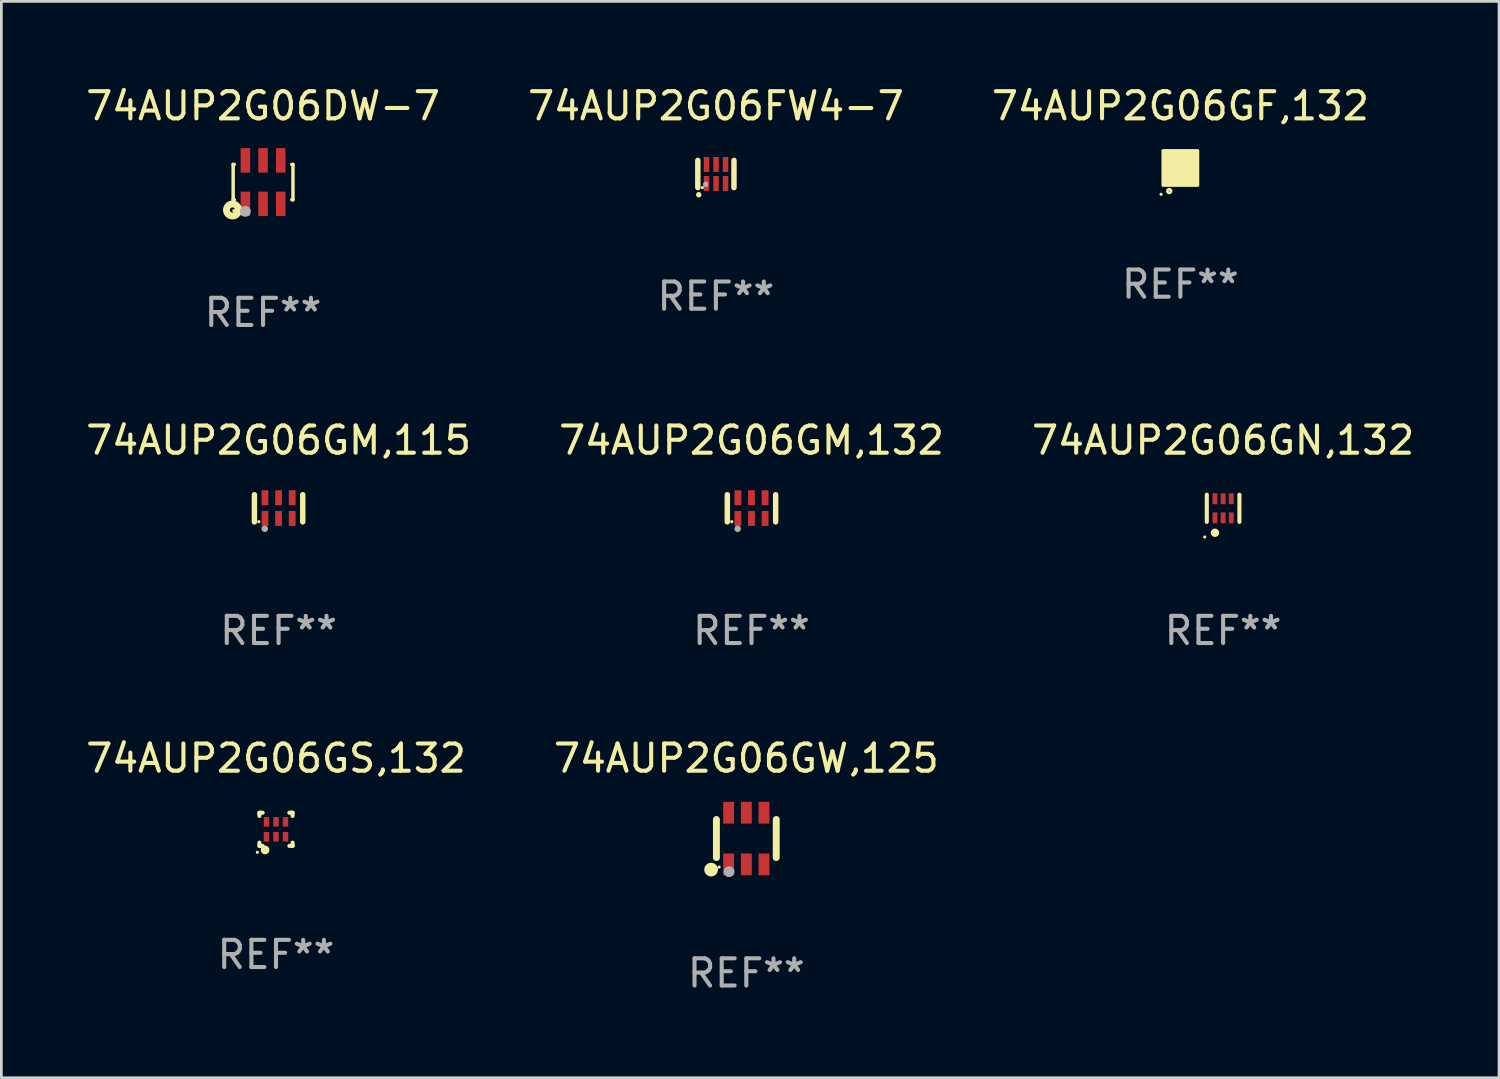
<source format=kicad_pcb>
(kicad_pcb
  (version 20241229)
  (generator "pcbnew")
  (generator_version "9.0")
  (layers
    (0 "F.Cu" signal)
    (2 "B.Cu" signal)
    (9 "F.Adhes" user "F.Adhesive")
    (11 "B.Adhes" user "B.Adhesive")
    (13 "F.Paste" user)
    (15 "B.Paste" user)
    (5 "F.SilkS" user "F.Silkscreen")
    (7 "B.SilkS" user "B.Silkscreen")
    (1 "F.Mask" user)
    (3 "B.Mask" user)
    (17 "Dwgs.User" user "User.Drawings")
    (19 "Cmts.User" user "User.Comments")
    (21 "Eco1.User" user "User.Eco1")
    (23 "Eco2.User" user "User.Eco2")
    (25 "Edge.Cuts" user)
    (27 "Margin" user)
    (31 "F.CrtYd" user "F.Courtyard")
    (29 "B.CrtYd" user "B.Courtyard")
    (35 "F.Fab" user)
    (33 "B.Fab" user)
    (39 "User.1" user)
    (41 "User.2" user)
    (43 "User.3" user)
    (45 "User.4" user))
  (footprint "74AUP2G06FW4-7"
    (layer "F.Cu")
    (at 23.28 3.349)
    (property "Reference" "74AUP2G06FW4-7" (at 0 -2.5 0) (layer "F.SilkS") (effects (font (size 1 1) (thickness 0.15))))
    (attr through_hole)
    (fp_line (start -0.665 0.5) (end -0.665 -0.5) (stroke (width 0.2) (type solid)) (layer "F.SilkS"))
    (fp_line (start 0.665 0.5) (end 0.665 -0.5) (stroke (width 0.2) (type solid)) (layer "F.SilkS"))
    (fp_circle (center -0.63 0.762) (end -0.58 0.762) (stroke (width 0.1) (type solid)) (fill no) (layer "F.SilkS"))
    (fp_circle (center -0.495 0.5) (end -0.465 0.5) (stroke (width 0.06) (type solid)) (fill no) (layer "F.SilkS"))
    (fp_circle (center -0.376 0.381) (end -0.326 0.381) (stroke (width 0.1) (type solid)) (fill no) (layer "F.Fab"))
    (fp_text user "REF**" (at 0 4.5 0) (layer "F.Fab") (effects (font (size 1 1) (thickness 0.15))))
    (pad "1" smd rect (at -0.345 0.35 180) (size 0.2 0.55) (layers "F.Cu" "F.Mask" "F.Paste"))
    (pad "2" smd rect (at 0.005 0.35 180) (size 0.2 0.55) (layers "F.Cu" "F.Mask" "F.Paste"))
    (pad "3" smd rect (at 0.355 0.35 180) (size 0.2 0.55) (layers "F.Cu" "F.Mask" "F.Paste"))
    (pad "4" smd rect (at 0.355 -0.35 180) (size 0.2 0.55) (layers "F.Cu" "F.Mask" "F.Paste"))
    (pad "5" smd rect (at 0.005 -0.35 180) (size 0.2 0.55) (layers "F.Cu" "F.Mask" "F.Paste"))
    (pad "6" smd rect (at -0.345 -0.35 180) (size 0.2 0.55) (layers "F.Cu" "F.Mask" "F.Paste")))
  (footprint "74AUP2G06GN,132"
    (layer "F.Cu")
    (at 41.935 15.645)
    (property "Reference" "74AUP2G06GN,132" (at 0 -2.5 0) (layer "F.SilkS") (effects (font (size 1 1) (thickness 0.15))))
    (attr through_hole)
    (fp_line (start -0.6 -0.5) (end -0.6 0.5) (stroke (width 0.15) (type solid)) (layer "F.SilkS"))
    (fp_line (start 0.6 0.5) (end 0.6 -0.5) (stroke (width 0.15) (type solid)) (layer "F.SilkS"))
    (fp_circle (center -0.675 1.055) (end -0.645 1.055) (stroke (width 0.06) (type solid)) (fill no) (layer "F.SilkS"))
    (fp_circle (center -0.3 0.9) (end -0.22 0.9) (stroke (width 0.15) (type solid)) (fill no) (layer "F.SilkS"))
    (fp_text user "REF**" (at 0 4.5 0) (layer "F.Fab") (effects (font (size 1 1) (thickness 0.15))))
    (pad "1" smd rect (at -0.3 0.35) (size 0.18 0.4) (layers "F.Cu" "F.Mask" "F.Paste"))
    (pad "2" smd rect (at 0.000025 0.35) (size 0.18 0.4) (layers "F.Cu" "F.Mask" "F.Paste"))
    (pad "3" smd rect (at 0.3 0.35) (size 0.18 0.4) (layers "F.Cu" "F.Mask" "F.Paste"))
    (pad "4" smd rect (at 0.3 -0.35) (size 0.18 0.4) (layers "F.Cu" "F.Mask" "F.Paste"))
    (pad "5" smd rect (at 0.000025 -0.35) (size 0.18 0.4) (layers "F.Cu" "F.Mask" "F.Paste"))
    (pad "6" smd rect (at -0.3 -0.35) (size 0.18 0.4) (layers "F.Cu" "F.Mask" "F.Paste")))
  (footprint "74AUP2G06GW,125"
    (layer "F.Cu")
    (at 24.399 27.791)
    (property "Reference" "74AUP2G06GW,125" (at 0 -2.95 0) (layer "F.SilkS") (effects (font (size 1 1) (thickness 0.15))))
    (attr through_hole)
    (fp_line (start -1.1 -0.7) (end -1.1 0.7) (stroke (width 0.254) (type solid)) (layer "F.SilkS"))
    (fp_line (start 1.1 -0.7) (end 1.1 0.7) (stroke (width 0.254) (type solid)) (layer "F.SilkS"))
    (fp_circle (center -1.295 1.143) (end -1.168 1.143) (stroke (width 0.254) (type solid)) (fill no) (layer "F.SilkS"))
    (fp_circle (center -1 1.05) (end -0.97 1.05) (stroke (width 0.06) (type solid)) (fill no) (layer "F.SilkS"))
    (fp_circle (center -0.635 1.219) (end -0.535 1.219) (stroke (width 0.2) (type solid)) (fill no) (layer "F.Fab"))
    (fp_text user "REF**" (at 0 4.95 0) (layer "F.Fab") (effects (font (size 1 1) (thickness 0.15))))
    (pad "1" smd rect (at -0.65 0.95) (size 0.4 0.8) (layers "F.Cu" "F.Mask" "F.Paste"))
    (pad "2" smd rect (at 0 0.95) (size 0.4 0.8) (layers "F.Cu" "F.Mask" "F.Paste"))
    (pad "3" smd rect (at 0.65 0.95) (size 0.4 0.8) (layers "F.Cu" "F.Mask" "F.Paste"))
    (pad "4" smd rect (at 0.65 -0.95) (size 0.4 0.8) (layers "F.Cu" "F.Mask" "F.Paste"))
    (pad "5" smd rect (at 0 -0.95) (size 0.4 0.8) (layers "F.Cu" "F.Mask" "F.Paste"))
    (pad "6" smd rect (at -0.65 -0.95) (size 0.4 0.8) (layers "F.Cu" "F.Mask" "F.Paste")))
  (footprint "74AUP2G06GF,132"
    (layer "F.Cu")
    (at 40.363 3.128)
    (property "Reference" "74AUP2G06GF,132" (at 0 -2.28 0) (layer "F.SilkS") (effects (font (size 1 1) (thickness 0.15))))
    (attr through_hole)
    (fp_circle (center -0.71 0.968) (end -0.68 0.968) (stroke (width 0.06) (type solid)) (fill no) (layer "F.SilkS"))
    (fp_circle (center -0.41 0.85) (end -0.342 0.85) (stroke (width 0.1) (type solid)) (fill no) (layer "F.SilkS"))
    (fp_poly (pts (xy -0.635 -0.635) (xy 0.635 -0.635) (xy 0.635 0.635) (xy -0.635 0.635)) (stroke (width 0.12) (type solid)) (fill yes) (layer "F.SilkS"))
    (fp_text user "REF**" (at 0 4.28 0) (layer "F.Fab") (effects (font (size 1 1) (thickness 0.15))))
    (pad "1" smd rect (at -0.35 0.28 90) (size 0.35 0.2) (layers "F.Cu" "F.Mask" "F.Paste"))
    (pad "2" smd rect (at 0 0.28 90) (size 0.35 0.2) (layers "F.Cu" "F.Mask" "F.Paste"))
    (pad "3" smd rect (at 0.35 0.28 90) (size 0.35 0.2) (layers "F.Cu" "F.Mask" "F.Paste"))
    (pad "4" smd rect (at 0.35 -0.28 90) (size 0.35 0.2) (layers "F.Cu" "F.Mask" "F.Paste"))
    (pad "5" smd rect (at 0 -0.28 90) (size 0.35 0.2) (layers "F.Cu" "F.Mask" "F.Paste"))
    (pad "6" smd rect (at -0.35 -0.28 90) (size 0.35 0.2) (layers "F.Cu" "F.Mask" "F.Paste")))
  (footprint "74AUP2G06GM,132"
    (layer "F.Cu")
    (at 24.589 15.645)
    (property "Reference" "74AUP2G06GM,132" (at 0 -2.5 0) (layer "F.SilkS") (effects (font (size 1 1) (thickness 0.15))))
    (attr through_hole)
    (fp_line (start -0.889 0.5) (end -0.889 -0.5) (stroke (width 0.2) (type solid)) (layer "F.SilkS"))
    (fp_line (start 0.889 0.5) (end 0.889 -0.5) (stroke (width 0.2) (type solid)) (layer "F.SilkS"))
    (fp_circle (center -0.725 0.492) (end -0.695 0.492) (stroke (width 0.06) (type solid)) (fill no) (layer "F.SilkS"))
    (fp_circle (center -0.508 0.754) (end -0.448 0.754) (stroke (width 0.12) (type solid)) (fill no) (layer "F.Fab"))
    (fp_text user "REF**" (at 0 4.5 0) (layer "F.Fab") (effects (font (size 1 1) (thickness 0.15))))
    (pad "1" smd rect (at -0.5 0.372) (size 0.25 0.55) (layers "F.Cu" "F.Mask" "F.Paste"))
    (pad "2" smd rect (at -0.000127 0.372) (size 0.25 0.55) (layers "F.Cu" "F.Mask" "F.Paste"))
    (pad "3" smd rect (at 0.5 0.372) (size 0.25 0.55) (layers "F.Cu" "F.Mask" "F.Paste"))
    (pad "4" smd rect (at 0.5 -0.388 180) (size 0.25 0.55) (layers "F.Cu" "F.Mask" "F.Paste"))
    (pad "5" smd rect (at -0.000127 -0.388 180) (size 0.25 0.55) (layers "F.Cu" "F.Mask" "F.Paste"))
    (pad "6" smd rect (at -0.5 -0.388 180) (size 0.25 0.55) (layers "F.Cu" "F.Mask" "F.Paste")))
  (footprint "74AUP2G06GM,115"
    (layer "F.Cu")
    (at 7.196 15.645)
    (property "Reference" "74AUP2G06GM,115" (at 0 -2.5 0) (layer "F.SilkS") (effects (font (size 1 1) (thickness 0.15))))
    (attr through_hole)
    (fp_line (start -0.889 0.5) (end -0.889 -0.5) (stroke (width 0.2) (type solid)) (layer "F.SilkS"))
    (fp_line (start 0.889 0.5) (end 0.889 -0.5) (stroke (width 0.2) (type solid)) (layer "F.SilkS"))
    (fp_circle (center -0.725 0.492) (end -0.695 0.492) (stroke (width 0.06) (type solid)) (fill no) (layer "F.SilkS"))
    (fp_circle (center -0.508 0.754) (end -0.448 0.754) (stroke (width 0.12) (type solid)) (fill no) (layer "F.Fab"))
    (fp_text user "REF**" (at 0 4.5 0) (layer "F.Fab") (effects (font (size 1 1) (thickness 0.15))))
    (pad "1" smd rect (at -0.5 0.372) (size 0.25 0.55) (layers "F.Cu" "F.Mask" "F.Paste"))
    (pad "2" smd rect (at -0.000127 0.372) (size 0.25 0.55) (layers "F.Cu" "F.Mask" "F.Paste"))
    (pad "3" smd rect (at 0.5 0.372) (size 0.25 0.55) (layers "F.Cu" "F.Mask" "F.Paste"))
    (pad "4" smd rect (at 0.5 -0.388 180) (size 0.25 0.55) (layers "F.Cu" "F.Mask" "F.Paste"))
    (pad "5" smd rect (at -0.000127 -0.388 180) (size 0.25 0.55) (layers "F.Cu" "F.Mask" "F.Paste"))
    (pad "6" smd rect (at -0.5 -0.388 180) (size 0.25 0.55) (layers "F.Cu" "F.Mask" "F.Paste")))
  (footprint "74AUP2G06GS,132"
    (layer "F.Cu")
    (at 7.101 27.451)
    (property "Reference" "74AUP2G06GS,132" (at 0 -2.61 0) (layer "F.SilkS") (effects (font (size 1 1) (thickness 0.15))))
    (attr through_hole)
    (fp_line (start -0.61 -0.61) (end -0.49 -0.61) (stroke (width 0.15) (type solid)) (layer "F.SilkS"))
    (fp_line (start -0.61 -0.58) (end -0.61 -0.61) (stroke (width 0.15) (type solid)) (layer "F.SilkS"))
    (fp_line (start -0.61 -0.49) (end -0.61 -0.58) (stroke (width 0.15) (type solid)) (layer "F.SilkS"))
    (fp_line (start -0.61 0.61) (end -0.61 0.491) (stroke (width 0.15) (type solid)) (layer "F.SilkS"))
    (fp_line (start -0.58 0.61) (end -0.61 0.61) (stroke (width 0.15) (type solid)) (layer "F.SilkS"))
    (fp_line (start -0.49 0.61) (end -0.58 0.61) (stroke (width 0.15) (type solid)) (layer "F.SilkS"))
    (fp_line (start 0.49 -0.61) (end 0.58 -0.61) (stroke (width 0.15) (type solid)) (layer "F.SilkS"))
    (fp_line (start 0.58 -0.61) (end 0.61 -0.61) (stroke (width 0.15) (type solid)) (layer "F.SilkS"))
    (fp_line (start 0.61 -0.61) (end 0.61 -0.49) (stroke (width 0.15) (type solid)) (layer "F.SilkS"))
    (fp_line (start 0.61 0.49) (end 0.61 0.58) (stroke (width 0.15) (type solid)) (layer "F.SilkS"))
    (fp_line (start 0.61 0.58) (end 0.61 0.61) (stroke (width 0.15) (type solid)) (layer "F.SilkS"))
    (fp_line (start 0.61 0.61) (end 0.491 0.61) (stroke (width 0.15) (type solid)) (layer "F.SilkS"))
    (fp_circle (center -0.685 0.845) (end -0.655 0.845) (stroke (width 0.06) (type solid)) (fill no) (layer "F.SilkS"))
    (fp_circle (center -0.4 0.76) (end -0.39 0.76) (stroke (width 0.15) (type solid)) (fill no) (layer "F.SilkS"))
    (fp_text user "REF**" (at 0 4.61 0) (layer "F.Fab") (effects (font (size 1 1) (thickness 0.15))))
    (pad "1" smd rect (at -0.35 0.275) (size 0.2 0.35) (layers "F.Cu" "F.Mask" "F.Paste"))
    (pad "2" smd rect (at -0.000038 0.275) (size 0.2 0.35) (layers "F.Cu" "F.Mask" "F.Paste"))
    (pad "3" smd rect (at 0.35 0.275) (size 0.2 0.35) (layers "F.Cu" "F.Mask" "F.Paste"))
    (pad "4" smd rect (at 0.35 -0.275) (size 0.2 0.35) (layers "F.Cu" "F.Mask" "F.Paste"))
    (pad "5" smd rect (at -0.000038 -0.275) (size 0.2 0.35) (layers "F.Cu" "F.Mask" "F.Paste"))
    (pad "6" smd rect (at -0.35 -0.275) (size 0.2 0.35) (layers "F.Cu" "F.Mask" "F.Paste")))
  (footprint "74AUP2G06DW-7"
    (layer "F.Cu")
    (at 6.625 3.648)
    (property "Reference" "74AUP2G06DW-7" (at 0 -2.8 0) (layer "F.SilkS") (effects (font (size 1 1) (thickness 0.15))))
    (attr through_hole)
    (fp_line (start -1.1 -0.65) (end -1.1 0.65) (stroke (width 0.127) (type solid)) (layer "F.SilkS"))
    (fp_line (start -1.1 -0.65) (end -1.056 -0.65) (stroke (width 0.127) (type solid)) (layer "F.SilkS"))
    (fp_line (start -1.1 0.65) (end -1.056 0.65) (stroke (width 0.127) (type solid)) (layer "F.SilkS"))
    (fp_line (start 1.056 -0.65) (end 1.1 -0.65) (stroke (width 0.127) (type solid)) (layer "F.SilkS"))
    (fp_line (start 1.056 0.65) (end 1.1 0.65) (stroke (width 0.127) (type solid)) (layer "F.SilkS"))
    (fp_line (start 1.1 -0.65) (end 1.1 0.65) (stroke (width 0.127) (type solid)) (layer "F.SilkS"))
    (fp_circle (center -1.125 1.025) (end -1.031 1.025) (stroke (width 0.254) (type solid)) (fill no) (layer "F.SilkS"))
    (fp_circle (center -1.075 1.05) (end -1.045 1.05) (stroke (width 0.06) (type solid)) (fill no) (layer "F.SilkS"))
    (fp_circle (center -0.65 1.075) (end -0.55 1.075) (stroke (width 0.2) (type solid)) (fill no) (layer "F.Fab"))
    (fp_text user "REF**" (at 0 4.8 0) (layer "F.Fab") (effects (font (size 1 1) (thickness 0.15))))
    (pad "1" smd rect (at -0.65 0.8) (size 0.35 0.9) (layers "F.Cu" "F.Mask" "F.Paste"))
    (pad "2" smd rect (at 0.000025 0.8) (size 0.35 0.9) (layers "F.Cu" "F.Mask" "F.Paste"))
    (pad "3" smd rect (at 0.65 0.8) (size 0.35 0.9) (layers "F.Cu" "F.Mask" "F.Paste"))
    (pad "4" smd rect (at 0.65 -0.8) (size 0.35 0.9) (layers "F.Cu" "F.Mask" "F.Paste"))
    (pad "5" smd rect (at 0.000025 -0.8) (size 0.35 0.9) (layers "F.Cu" "F.Mask" "F.Paste"))
    (pad "6" smd rect (at -0.65 -0.8) (size 0.35 0.9) (layers "F.Cu" "F.Mask" "F.Paste")))
  (gr_rect
    (start -3 -3)
    (end 52.083 36.589)
    (stroke (width 0.1) (type default))
    (fill no)
    (layer "Edge.Cuts")))
</source>
